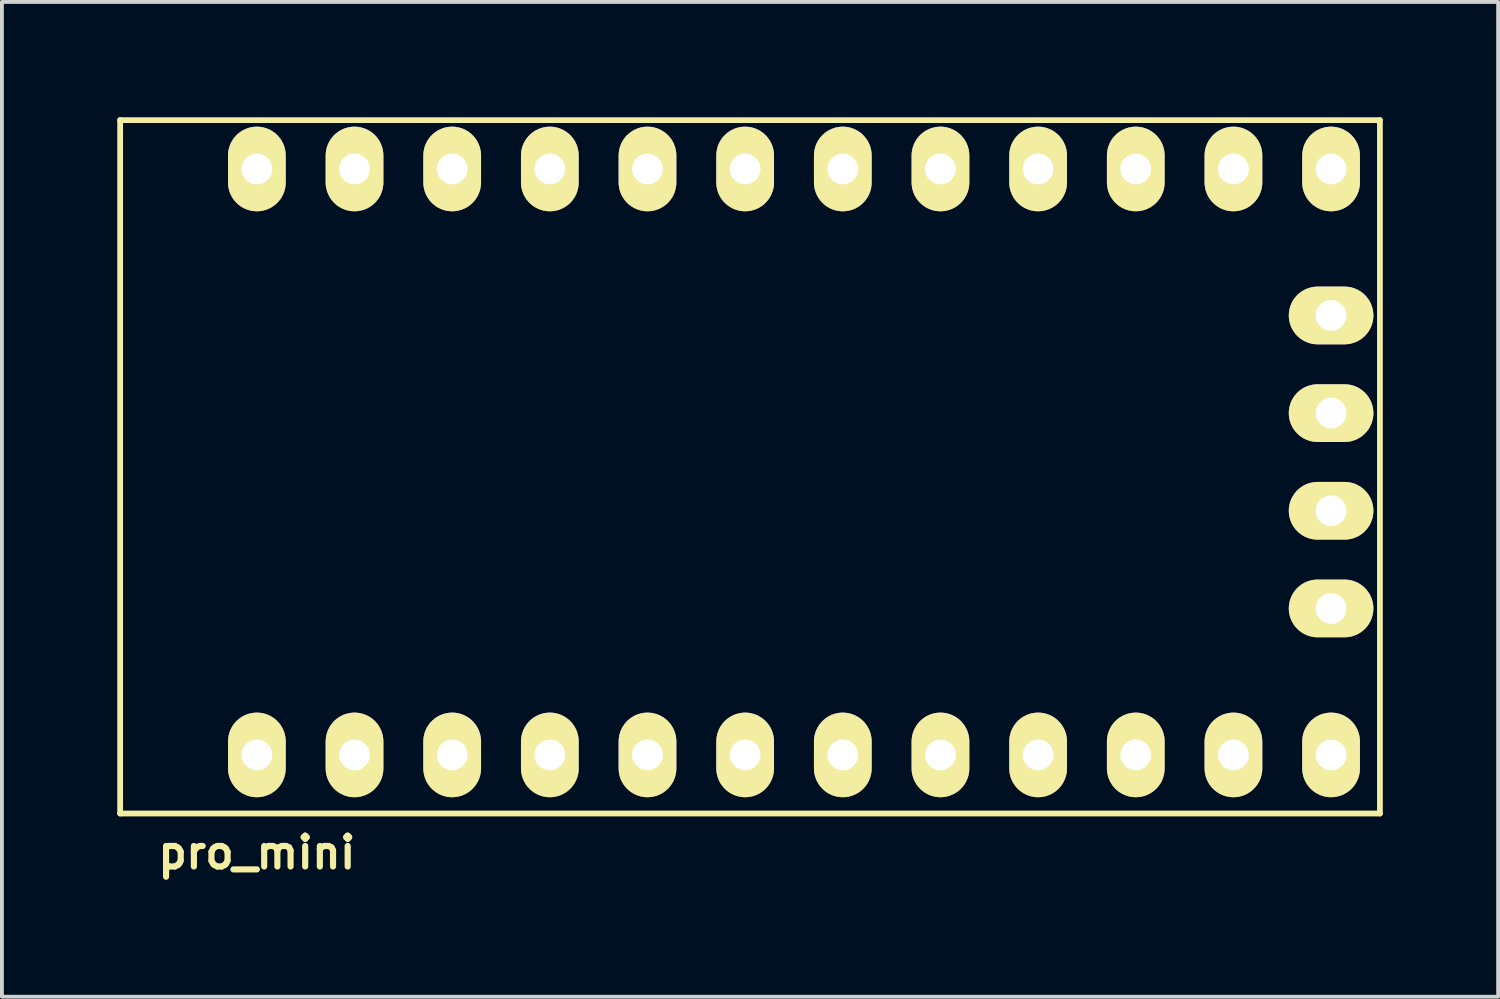
<source format=kicad_pcb>
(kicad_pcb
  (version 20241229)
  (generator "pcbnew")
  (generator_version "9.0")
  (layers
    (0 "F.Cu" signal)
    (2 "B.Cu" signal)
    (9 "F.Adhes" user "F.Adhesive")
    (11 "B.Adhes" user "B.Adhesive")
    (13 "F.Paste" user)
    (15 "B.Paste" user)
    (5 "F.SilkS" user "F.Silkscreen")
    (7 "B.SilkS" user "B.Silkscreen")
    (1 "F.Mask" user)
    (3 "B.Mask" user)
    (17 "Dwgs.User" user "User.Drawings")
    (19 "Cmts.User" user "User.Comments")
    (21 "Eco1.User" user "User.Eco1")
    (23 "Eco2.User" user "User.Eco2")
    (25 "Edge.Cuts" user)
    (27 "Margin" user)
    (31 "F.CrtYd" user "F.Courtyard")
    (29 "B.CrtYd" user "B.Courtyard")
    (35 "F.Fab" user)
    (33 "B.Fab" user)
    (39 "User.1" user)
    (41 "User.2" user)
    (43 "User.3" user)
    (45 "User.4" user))
  (footprint "pro_mini"
    (layer "F.Cu")
    (at 17.601 8.965)
    (property "Reference" "pro_mini" (at -13.97 10.16 0) (layer "F.SilkS") (effects (font (size 0.8 0.8) (thickness 0.16))))
    (attr through_hole)
    (fp_line (start -17.526 -8.89) (end -17.526 9.144) (stroke (width 0.15) (type solid)) (layer "F.SilkS"))
    (fp_line (start -17.526 -8.89) (end 15.24 -8.89) (stroke (width 0.15) (type solid)) (layer "F.SilkS"))
    (fp_line (start 15.24 9.144) (end -17.526 9.144) (stroke (width 0.15) (type solid)) (layer "F.SilkS"))
    (fp_line (start 15.24 9.144) (end 15.24 -8.89) (stroke (width 0.15) (type solid)) (layer "F.SilkS"))
    (pad "1" thru_hole oval (at -13.97 7.62) (size 1.501 2.2) (drill 0.8) (layers "*.Cu" "*.Mask" "F.SilkS"))
    (pad "2" thru_hole oval (at -11.43 7.62) (size 1.501 2.2) (drill 0.8) (layers "*.Cu" "*.Mask" "F.SilkS"))
    (pad "3" thru_hole oval (at -8.89 7.62) (size 1.501 2.2) (drill 0.8) (layers "*.Cu" "*.Mask" "F.SilkS"))
    (pad "4" thru_hole oval (at -6.35 7.62) (size 1.501 2.2) (drill 0.8) (layers "*.Cu" "*.Mask" "F.SilkS"))
    (pad "5" thru_hole oval (at -3.81 7.62) (size 1.501 2.2) (drill 0.8) (layers "*.Cu" "*.Mask" "F.SilkS"))
    (pad "6" thru_hole oval (at -1.27 7.62) (size 1.501 2.2) (drill 0.8) (layers "*.Cu" "*.Mask" "F.SilkS"))
    (pad "7" thru_hole oval (at 1.27 7.62) (size 1.501 2.2) (drill 0.8) (layers "*.Cu" "*.Mask" "F.SilkS"))
    (pad "8" thru_hole oval (at 3.81 7.62) (size 1.501 2.2) (drill 0.8) (layers "*.Cu" "*.Mask" "F.SilkS"))
    (pad "9" thru_hole oval (at 6.35 7.62) (size 1.501 2.2) (drill 0.8) (layers "*.Cu" "*.Mask" "F.SilkS"))
    (pad "10" thru_hole oval (at 8.89 7.62) (size 1.501 2.2) (drill 0.8) (layers "*.Cu" "*.Mask" "F.SilkS"))
    (pad "11" thru_hole oval (at 11.43 7.62) (size 1.501 2.2) (drill 0.8) (layers "*.Cu" "*.Mask" "F.SilkS"))
    (pad "12" thru_hole oval (at 13.97 7.62) (size 1.501 2.2) (drill 0.8) (layers "*.Cu" "*.Mask" "F.SilkS"))
    (pad "13" thru_hole oval (at 13.97 -7.62) (size 1.501 2.2) (drill 0.8) (layers "*.Cu" "*.Mask" "F.SilkS"))
    (pad "14" thru_hole oval (at 11.43 -7.62) (size 1.501 2.2) (drill 0.8) (layers "*.Cu" "*.Mask" "F.SilkS"))
    (pad "15" thru_hole oval (at 8.89 -7.62) (size 1.501 2.2) (drill 0.8) (layers "*.Cu" "*.Mask" "F.SilkS"))
    (pad "16" thru_hole oval (at 6.35 -7.62) (size 1.501 2.2) (drill 0.8) (layers "*.Cu" "*.Mask" "F.SilkS"))
    (pad "17" thru_hole oval (at 3.81 -7.62) (size 1.501 2.2) (drill 0.8) (layers "*.Cu" "*.Mask" "F.SilkS"))
    (pad "18" thru_hole oval (at 1.27 -7.62) (size 1.501 2.2) (drill 0.8) (layers "*.Cu" "*.Mask" "F.SilkS"))
    (pad "19" thru_hole oval (at -1.27 -7.62) (size 1.501 2.2) (drill 0.8) (layers "*.Cu" "*.Mask" "F.SilkS"))
    (pad "20" thru_hole oval (at -3.81 -7.62) (size 1.501 2.2) (drill 0.8) (layers "*.Cu" "*.Mask" "F.SilkS"))
    (pad "21" thru_hole oval (at -6.35 -7.62) (size 1.501 2.2) (drill 0.8) (layers "*.Cu" "*.Mask" "F.SilkS"))
    (pad "22" thru_hole oval (at -8.89 -7.62) (size 1.501 2.2) (drill 0.8) (layers "*.Cu" "*.Mask" "F.SilkS"))
    (pad "23" thru_hole oval (at -11.43 -7.62) (size 1.501 2.2) (drill 0.8) (layers "*.Cu" "*.Mask" "F.SilkS"))
    (pad "24" thru_hole oval (at -13.97 -7.62) (size 1.501 2.2) (drill 0.8) (layers "*.Cu" "*.Mask" "F.SilkS"))
    (pad "25" thru_hole oval (at 13.97 3.81 90) (size 1.501 2.2) (drill 0.8) (layers "*.Cu" "*.Mask" "F.SilkS"))
    (pad "26" thru_hole oval (at 13.97 1.27) (size 2.2 1.501) (drill 0.8) (layers "*.Cu" "*.Mask" "F.SilkS"))
    (pad "27" thru_hole oval (at 13.97 -1.27) (size 2.2 1.501) (drill 0.8) (layers "*.Cu" "*.Mask" "F.SilkS"))
    (pad "28" thru_hole oval (at 13.97 -3.81) (size 2.2 1.501) (drill 0.8) (layers "*.Cu" "*.Mask" "F.SilkS")))
  (gr_rect
    (start -3 -3)
    (end 35.916 22.874)
    (stroke (width 0.1) (type default))
    (fill no)
    (layer "Edge.Cuts")))
</source>
